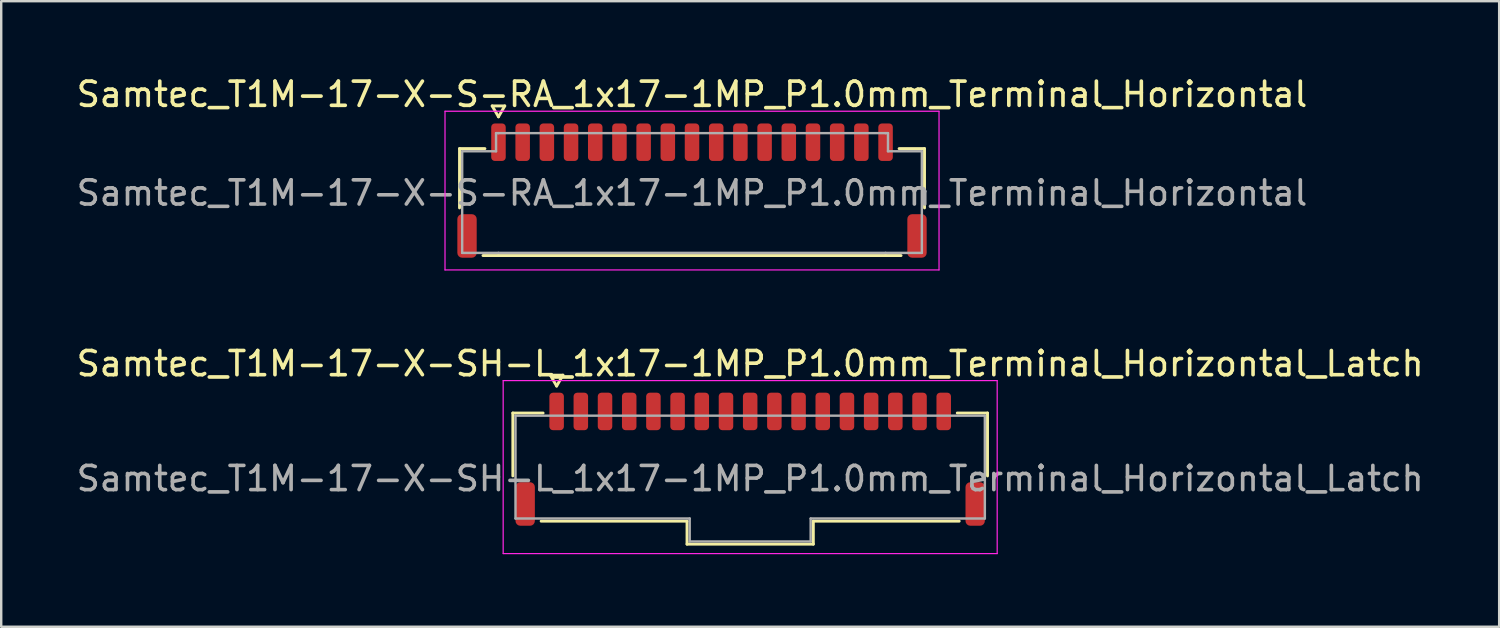
<source format=kicad_pcb>
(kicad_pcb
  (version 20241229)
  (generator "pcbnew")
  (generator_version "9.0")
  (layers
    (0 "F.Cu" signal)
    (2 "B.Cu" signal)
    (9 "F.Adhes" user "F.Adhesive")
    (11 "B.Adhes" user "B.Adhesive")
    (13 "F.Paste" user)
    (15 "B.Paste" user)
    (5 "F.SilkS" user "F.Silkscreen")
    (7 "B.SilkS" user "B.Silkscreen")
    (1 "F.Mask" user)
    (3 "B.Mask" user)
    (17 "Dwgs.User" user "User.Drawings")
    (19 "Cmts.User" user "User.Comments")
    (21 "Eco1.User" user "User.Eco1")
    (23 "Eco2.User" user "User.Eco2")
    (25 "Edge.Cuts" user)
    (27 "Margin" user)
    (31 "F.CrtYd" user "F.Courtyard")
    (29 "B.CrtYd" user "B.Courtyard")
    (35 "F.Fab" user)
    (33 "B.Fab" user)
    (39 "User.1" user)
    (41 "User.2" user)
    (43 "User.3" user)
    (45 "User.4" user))
  (footprint "Samtec_T1M-17-X-S-RA_1x17-1MP_P1.0mm_Terminal_Horizontal"
    (layer "F.Cu")
    (at 25.554 4.928)
    (property "Reference" "Samtec_T1M-17-X-S-RA_1x17-1MP_P1.0mm_Terminal_Horizontal" (at 0 -4.08 0) (layer "F.SilkS") (effects (font (size 1 1) (thickness 0.15))))
    (attr smd)
    (fp_line (start -9.61 -1.835) (end -8.56 -1.835) (stroke (width 0.12) (type solid)) (layer "F.SilkS"))
    (fp_line (start -9.61 0.615) (end -9.61 -1.835) (stroke (width 0.12) (type solid)) (layer "F.SilkS"))
    (fp_line (start -8.26 -3.6) (end -8 -3.15) (stroke (width 0.12) (type solid)) (layer "F.SilkS"))
    (fp_line (start -8 -3.15) (end -7.74 -3.6) (stroke (width 0.12) (type solid)) (layer "F.SilkS"))
    (fp_line (start -8 2.585) (end -8.64 2.585) (stroke (width 0.12) (type solid)) (layer "F.SilkS"))
    (fp_line (start -7.74 -3.6) (end -8.26 -3.6) (stroke (width 0.12) (type solid)) (layer "F.SilkS"))
    (fp_line (start 8 2.585) (end -8 2.585) (stroke (width 0.12) (type solid)) (layer "F.SilkS"))
    (fp_line (start 8.56 -1.835) (end 9.61 -1.835) (stroke (width 0.12) (type solid)) (layer "F.SilkS"))
    (fp_line (start 8.64 2.585) (end 8 2.585) (stroke (width 0.12) (type solid)) (layer "F.SilkS"))
    (fp_line (start 9.61 -1.835) (end 9.61 0.615) (stroke (width 0.12) (type solid)) (layer "F.SilkS"))
    (fp_line (start -10.21 -3.38) (end -10.21 3.18) (stroke (width 0.05) (type solid)) (layer "F.CrtYd"))
    (fp_line (start -10.21 3.18) (end 10.21 3.18) (stroke (width 0.05) (type solid)) (layer "F.CrtYd"))
    (fp_line (start 10.21 -3.38) (end -10.21 -3.38) (stroke (width 0.05) (type solid)) (layer "F.CrtYd"))
    (fp_line (start 10.21 3.18) (end 10.21 -3.38) (stroke (width 0.05) (type solid)) (layer "F.CrtYd"))
    (fp_line (start -9.5 -1.725) (end -8.1 -1.725) (stroke (width 0.1) (type solid)) (layer "F.Fab"))
    (fp_line (start -9.5 2.475) (end -9.5 -1.725) (stroke (width 0.1) (type solid)) (layer "F.Fab"))
    (fp_line (start -8.1 -2.475) (end -8 -2.475) (stroke (width 0.1) (type solid)) (layer "F.Fab"))
    (fp_line (start -8.1 -1.725) (end -8.1 -2.475) (stroke (width 0.1) (type solid)) (layer "F.Fab"))
    (fp_line (start -8 -2.475) (end 8 -2.475) (stroke (width 0.1) (type solid)) (layer "F.Fab"))
    (fp_line (start -8 2.475) (end -9.5 2.475) (stroke (width 0.1) (type solid)) (layer "F.Fab"))
    (fp_line (start 8 -2.475) (end 8.1 -2.475) (stroke (width 0.1) (type solid)) (layer "F.Fab"))
    (fp_line (start 8 2.475) (end -8 2.475) (stroke (width 0.1) (type solid)) (layer "F.Fab"))
    (fp_line (start 8.1 -2.475) (end 8.1 -1.725) (stroke (width 0.1) (type solid)) (layer "F.Fab"))
    (fp_line (start 8.1 -1.725) (end 9.5 -1.725) (stroke (width 0.1) (type solid)) (layer "F.Fab"))
    (fp_line (start 9.5 -1.725) (end 9.5 2.475) (stroke (width 0.1) (type solid)) (layer "F.Fab"))
    (fp_line (start 9.5 2.475) (end 8 2.475) (stroke (width 0.1) (type solid)) (layer "F.Fab"))
    (fp_text user "${REFERENCE}" (at 0 0 0) (layer "F.Fab") (effects (font (size 1 1) (thickness 0.15))))
    (pad "1" smd roundrect (at -8 -2.1) (size 0.6 1.55) (layers "F.Cu" "F.Mask" "F.Paste") (roundrect_rratio 0.25))
    (pad "2" smd roundrect (at -7 -2.1) (size 0.6 1.55) (layers "F.Cu" "F.Mask" "F.Paste") (roundrect_rratio 0.25))
    (pad "3" smd roundrect (at -6 -2.1) (size 0.6 1.55) (layers "F.Cu" "F.Mask" "F.Paste") (roundrect_rratio 0.25))
    (pad "4" smd roundrect (at -5 -2.1) (size 0.6 1.55) (layers "F.Cu" "F.Mask" "F.Paste") (roundrect_rratio 0.25))
    (pad "5" smd roundrect (at -4 -2.1) (size 0.6 1.55) (layers "F.Cu" "F.Mask" "F.Paste") (roundrect_rratio 0.25))
    (pad "6" smd roundrect (at -3 -2.1) (size 0.6 1.55) (layers "F.Cu" "F.Mask" "F.Paste") (roundrect_rratio 0.25))
    (pad "7" smd roundrect (at -2 -2.1) (size 0.6 1.55) (layers "F.Cu" "F.Mask" "F.Paste") (roundrect_rratio 0.25))
    (pad "8" smd roundrect (at -1 -2.1) (size 0.6 1.55) (layers "F.Cu" "F.Mask" "F.Paste") (roundrect_rratio 0.25))
    (pad "9" smd roundrect (at 0 -2.1) (size 0.6 1.55) (layers "F.Cu" "F.Mask" "F.Paste") (roundrect_rratio 0.25))
    (pad "10" smd roundrect (at 1 -2.1) (size 0.6 1.55) (layers "F.Cu" "F.Mask" "F.Paste") (roundrect_rratio 0.25))
    (pad "11" smd roundrect (at 2 -2.1) (size 0.6 1.55) (layers "F.Cu" "F.Mask" "F.Paste") (roundrect_rratio 0.25))
    (pad "12" smd roundrect (at 3 -2.1) (size 0.6 1.55) (layers "F.Cu" "F.Mask" "F.Paste") (roundrect_rratio 0.25))
    (pad "13" smd roundrect (at 4 -2.1) (size 0.6 1.55) (layers "F.Cu" "F.Mask" "F.Paste") (roundrect_rratio 0.25))
    (pad "14" smd roundrect (at 5 -2.1) (size 0.6 1.55) (layers "F.Cu" "F.Mask" "F.Paste") (roundrect_rratio 0.25))
    (pad "15" smd roundrect (at 6 -2.1) (size 0.6 1.55) (layers "F.Cu" "F.Mask" "F.Paste") (roundrect_rratio 0.25))
    (pad "16" smd roundrect (at 7 -2.1) (size 0.6 1.55) (layers "F.Cu" "F.Mask" "F.Paste") (roundrect_rratio 0.25))
    (pad "17" smd roundrect (at 8 -2.1) (size 0.6 1.55) (layers "F.Cu" "F.Mask" "F.Paste") (roundrect_rratio 0.25))
    (pad "MP" smd roundrect (at -9.3 1.775) (size 0.8 1.8) (layers "F.Cu" "F.Mask" "F.Paste") (roundrect_rratio 0.25))
    (pad "MP" smd roundrect (at 9.3 1.775) (size 0.8 1.8) (layers "F.Cu" "F.Mask" "F.Paste") (roundrect_rratio 0.25)))
  (footprint "Samtec_T1M-17-X-SH-L_1x17-1MP_P1.0mm_Terminal_Horizontal_Latch"
    (layer "F.Cu")
    (at 27.958 16.732)
    (property "Reference" "Samtec_T1M-17-X-SH-L_1x17-1MP_P1.0mm_Terminal_Horizontal_Latch" (at 0 -4.75 0) (layer "F.SilkS") (effects (font (size 1 1) (thickness 0.15))))
    (attr smd)
    (fp_line (start -9.81 -2.71) (end -8.56 -2.71) (stroke (width 0.12) (type solid)) (layer "F.SilkS"))
    (fp_line (start -9.81 -0.11) (end -9.81 -2.71) (stroke (width 0.12) (type solid)) (layer "F.SilkS"))
    (fp_line (start -8.26 -4.275) (end -8 -3.825) (stroke (width 0.12) (type solid)) (layer "F.SilkS"))
    (fp_line (start -8 -3.825) (end -7.74 -4.275) (stroke (width 0.12) (type solid)) (layer "F.SilkS"))
    (fp_line (start -7.74 -4.275) (end -8.26 -4.275) (stroke (width 0.12) (type solid)) (layer "F.SilkS"))
    (fp_line (start -2.61 1.76) (end -8.64 1.76) (stroke (width 0.12) (type solid)) (layer "F.SilkS"))
    (fp_line (start -2.61 2.71) (end -2.61 1.76) (stroke (width 0.12) (type solid)) (layer "F.SilkS"))
    (fp_line (start 2.61 1.76) (end 2.61 2.71) (stroke (width 0.12) (type solid)) (layer "F.SilkS"))
    (fp_line (start 2.61 2.71) (end -2.61 2.71) (stroke (width 0.12) (type solid)) (layer "F.SilkS"))
    (fp_line (start 8.56 -2.71) (end 9.81 -2.71) (stroke (width 0.12) (type solid)) (layer "F.SilkS"))
    (fp_line (start 8.64 1.76) (end 2.61 1.76) (stroke (width 0.12) (type solid)) (layer "F.SilkS"))
    (fp_line (start 9.81 -2.71) (end 9.81 -0.11) (stroke (width 0.12) (type solid)) (layer "F.SilkS"))
    (fp_line (start -10.21 -4.05) (end -10.21 3.1) (stroke (width 0.05) (type solid)) (layer "F.CrtYd"))
    (fp_line (start -10.21 3.1) (end 10.21 3.1) (stroke (width 0.05) (type solid)) (layer "F.CrtYd"))
    (fp_line (start 10.21 -4.05) (end -10.21 -4.05) (stroke (width 0.05) (type solid)) (layer "F.CrtYd"))
    (fp_line (start 10.21 3.1) (end 10.21 -4.05) (stroke (width 0.05) (type solid)) (layer "F.CrtYd"))
    (fp_line (start -9.7 -2.6) (end 9.7 -2.6) (stroke (width 0.1) (type solid)) (layer "F.Fab"))
    (fp_line (start -9.7 1.65) (end -9.7 -2.6) (stroke (width 0.1) (type solid)) (layer "F.Fab"))
    (fp_line (start -2.5 1.65) (end -9.7 1.65) (stroke (width 0.1) (type solid)) (layer "F.Fab"))
    (fp_line (start -2.5 2.6) (end -2.5 1.65) (stroke (width 0.1) (type solid)) (layer "F.Fab"))
    (fp_line (start 2.5 1.65) (end 2.5 2.6) (stroke (width 0.1) (type solid)) (layer "F.Fab"))
    (fp_line (start 2.5 2.6) (end -2.5 2.6) (stroke (width 0.1) (type solid)) (layer "F.Fab"))
    (fp_line (start 9.7 -2.6) (end 9.7 1.65) (stroke (width 0.1) (type solid)) (layer "F.Fab"))
    (fp_line (start 9.7 1.65) (end 2.5 1.65) (stroke (width 0.1) (type solid)) (layer "F.Fab"))
    (fp_text user "${REFERENCE}" (at 0 0 0) (layer "F.Fab") (effects (font (size 1 1) (thickness 0.15))))
    (pad "1" smd roundrect (at -8 -2.775) (size 0.6 1.55) (layers "F.Cu" "F.Mask" "F.Paste") (roundrect_rratio 0.25))
    (pad "2" smd roundrect (at -7 -2.775) (size 0.6 1.55) (layers "F.Cu" "F.Mask" "F.Paste") (roundrect_rratio 0.25))
    (pad "3" smd roundrect (at -6 -2.775) (size 0.6 1.55) (layers "F.Cu" "F.Mask" "F.Paste") (roundrect_rratio 0.25))
    (pad "4" smd roundrect (at -5 -2.775) (size 0.6 1.55) (layers "F.Cu" "F.Mask" "F.Paste") (roundrect_rratio 0.25))
    (pad "5" smd roundrect (at -4 -2.775) (size 0.6 1.55) (layers "F.Cu" "F.Mask" "F.Paste") (roundrect_rratio 0.25))
    (pad "6" smd roundrect (at -3 -2.775) (size 0.6 1.55) (layers "F.Cu" "F.Mask" "F.Paste") (roundrect_rratio 0.25))
    (pad "7" smd roundrect (at -2 -2.775) (size 0.6 1.55) (layers "F.Cu" "F.Mask" "F.Paste") (roundrect_rratio 0.25))
    (pad "8" smd roundrect (at -1 -2.775) (size 0.6 1.55) (layers "F.Cu" "F.Mask" "F.Paste") (roundrect_rratio 0.25))
    (pad "9" smd roundrect (at 0 -2.775) (size 0.6 1.55) (layers "F.Cu" "F.Mask" "F.Paste") (roundrect_rratio 0.25))
    (pad "10" smd roundrect (at 1 -2.775) (size 0.6 1.55) (layers "F.Cu" "F.Mask" "F.Paste") (roundrect_rratio 0.25))
    (pad "11" smd roundrect (at 2 -2.775) (size 0.6 1.55) (layers "F.Cu" "F.Mask" "F.Paste") (roundrect_rratio 0.25))
    (pad "12" smd roundrect (at 3 -2.775) (size 0.6 1.55) (layers "F.Cu" "F.Mask" "F.Paste") (roundrect_rratio 0.25))
    (pad "13" smd roundrect (at 4 -2.775) (size 0.6 1.55) (layers "F.Cu" "F.Mask" "F.Paste") (roundrect_rratio 0.25))
    (pad "14" smd roundrect (at 5 -2.775) (size 0.6 1.55) (layers "F.Cu" "F.Mask" "F.Paste") (roundrect_rratio 0.25))
    (pad "15" smd roundrect (at 6 -2.775) (size 0.6 1.55) (layers "F.Cu" "F.Mask" "F.Paste") (roundrect_rratio 0.25))
    (pad "16" smd roundrect (at 7 -2.775) (size 0.6 1.55) (layers "F.Cu" "F.Mask" "F.Paste") (roundrect_rratio 0.25))
    (pad "17" smd roundrect (at 8 -2.775) (size 0.6 1.55) (layers "F.Cu" "F.Mask" "F.Paste") (roundrect_rratio 0.25))
    (pad "MP" smd roundrect (at -9.3 1.05) (size 0.8 1.8) (layers "F.Cu" "F.Mask" "F.Paste") (roundrect_rratio 0.25))
    (pad "MP" smd roundrect (at 9.3 1.05) (size 0.8 1.8) (layers "F.Cu" "F.Mask" "F.Paste") (roundrect_rratio 0.25)))
  (gr_rect
    (start -3 -3)
    (end 58.917 22.857)
    (stroke (width 0.1) (type default))
    (fill no)
    (layer "Edge.Cuts")))
</source>
